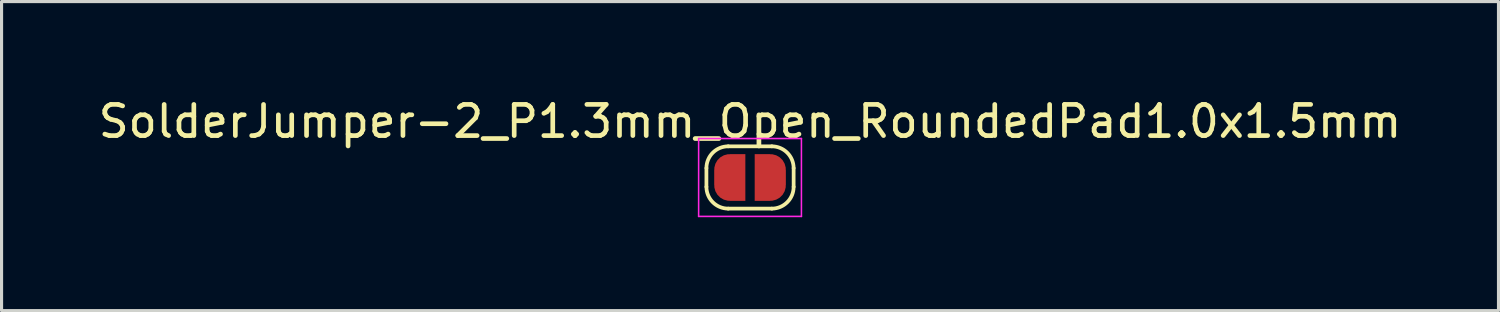
<source format=kicad_pcb>
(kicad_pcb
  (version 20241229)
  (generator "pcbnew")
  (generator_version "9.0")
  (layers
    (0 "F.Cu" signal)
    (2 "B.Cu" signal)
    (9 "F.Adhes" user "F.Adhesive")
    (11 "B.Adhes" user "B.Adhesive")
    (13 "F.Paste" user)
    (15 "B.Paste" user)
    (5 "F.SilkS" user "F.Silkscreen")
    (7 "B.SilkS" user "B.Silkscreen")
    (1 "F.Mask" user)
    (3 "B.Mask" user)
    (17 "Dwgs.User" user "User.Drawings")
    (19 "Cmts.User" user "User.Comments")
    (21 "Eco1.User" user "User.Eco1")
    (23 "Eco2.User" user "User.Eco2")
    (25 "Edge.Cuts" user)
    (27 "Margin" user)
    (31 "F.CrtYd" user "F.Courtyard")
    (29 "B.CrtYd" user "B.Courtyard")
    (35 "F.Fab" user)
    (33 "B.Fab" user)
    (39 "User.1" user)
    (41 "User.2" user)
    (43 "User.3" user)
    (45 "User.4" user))
  (footprint "SolderJumper-2_P1.3mm_Open_RoundedPad1.0x1.5mm"
    (layer "F.Cu")
    (at 21.03 2.648)
    (property "Reference" "SolderJumper-2_P1.3mm_Open_RoundedPad1.0x1.5mm" (at 0 -1.8 0) (layer "F.SilkS") (effects (font (size 1 1) (thickness 0.15))))
    (attr exclude_from_pos_files exclude_from_bom allow_soldermask_bridges)
    (fp_line (start -1.4 0.3) (end -1.4 -0.3) (stroke (width 0.12) (type solid)) (layer "F.SilkS"))
    (fp_line (start -0.7 -1) (end 0.7 -1) (stroke (width 0.12) (type solid)) (layer "F.SilkS"))
    (fp_line (start 0.7 1) (end -0.7 1) (stroke (width 0.12) (type solid)) (layer "F.SilkS"))
    (fp_line (start 1.4 -0.3) (end 1.4 0.3) (stroke (width 0.12) (type solid)) (layer "F.SilkS"))
    (fp_arc (start -1.4 -0.3) (mid -1.194975 -0.794975) (end -0.7 -1) (stroke (width 0.12) (type solid)) (layer "F.SilkS"))
    (fp_arc (start -0.7 1) (mid -1.194975 0.794975) (end -1.4 0.3) (stroke (width 0.12) (type solid)) (layer "F.SilkS"))
    (fp_arc (start 0.7 -1) (mid 1.194975 -0.794975) (end 1.4 -0.3) (stroke (width 0.12) (type solid)) (layer "F.SilkS"))
    (fp_arc (start 1.4 0.3) (mid 1.194975 0.794975) (end 0.7 1) (stroke (width 0.12) (type solid)) (layer "F.SilkS"))
    (fp_line (start -1.65 -1.25) (end -1.65 1.25) (stroke (width 0.05) (type solid)) (layer "F.CrtYd"))
    (fp_line (start -1.65 -1.25) (end 1.65 -1.25) (stroke (width 0.05) (type solid)) (layer "F.CrtYd"))
    (fp_line (start 1.65 1.25) (end -1.65 1.25) (stroke (width 0.05) (type solid)) (layer "F.CrtYd"))
    (fp_line (start 1.65 1.25) (end 1.65 -1.25) (stroke (width 0.05) (type solid)) (layer "F.CrtYd"))
    (pad "1" smd custom (at -0.65 0) (size 1 0.5) (layers "F.Cu" "F.Mask") (options (anchor rect)) (primitives (gr_circle (center 0 0.25) (end 0.5 0.25) (width 0) (fill yes)) (gr_circle (center 0 -0.25) (end 0.5 -0.25) (width 0) (fill yes)) (gr_poly (pts (xy 0.5 0.75) (xy 0 0.75) (xy 0 -0.75) (xy 0.5 -0.75)) (width 0) (fill yes))))
    (pad "2" smd custom (at 0.65 0) (size 1 0.5) (layers "F.Cu" "F.Mask") (options (anchor rect)) (primitives (gr_circle (center 0 0.25) (end 0.5 0.25) (width 0) (fill yes)) (gr_circle (center 0 -0.25) (end 0.5 -0.25) (width 0) (fill yes)) (gr_poly (pts (xy 0 0.75) (xy -0.5 0.75) (xy -0.5 -0.75) (xy 0 -0.75)) (width 0) (fill yes)))))
  (gr_rect
    (start -3 -3)
    (end 45.06 6.923)
    (stroke (width 0.1) (type default))
    (fill no)
    (layer "Edge.Cuts")))
</source>
